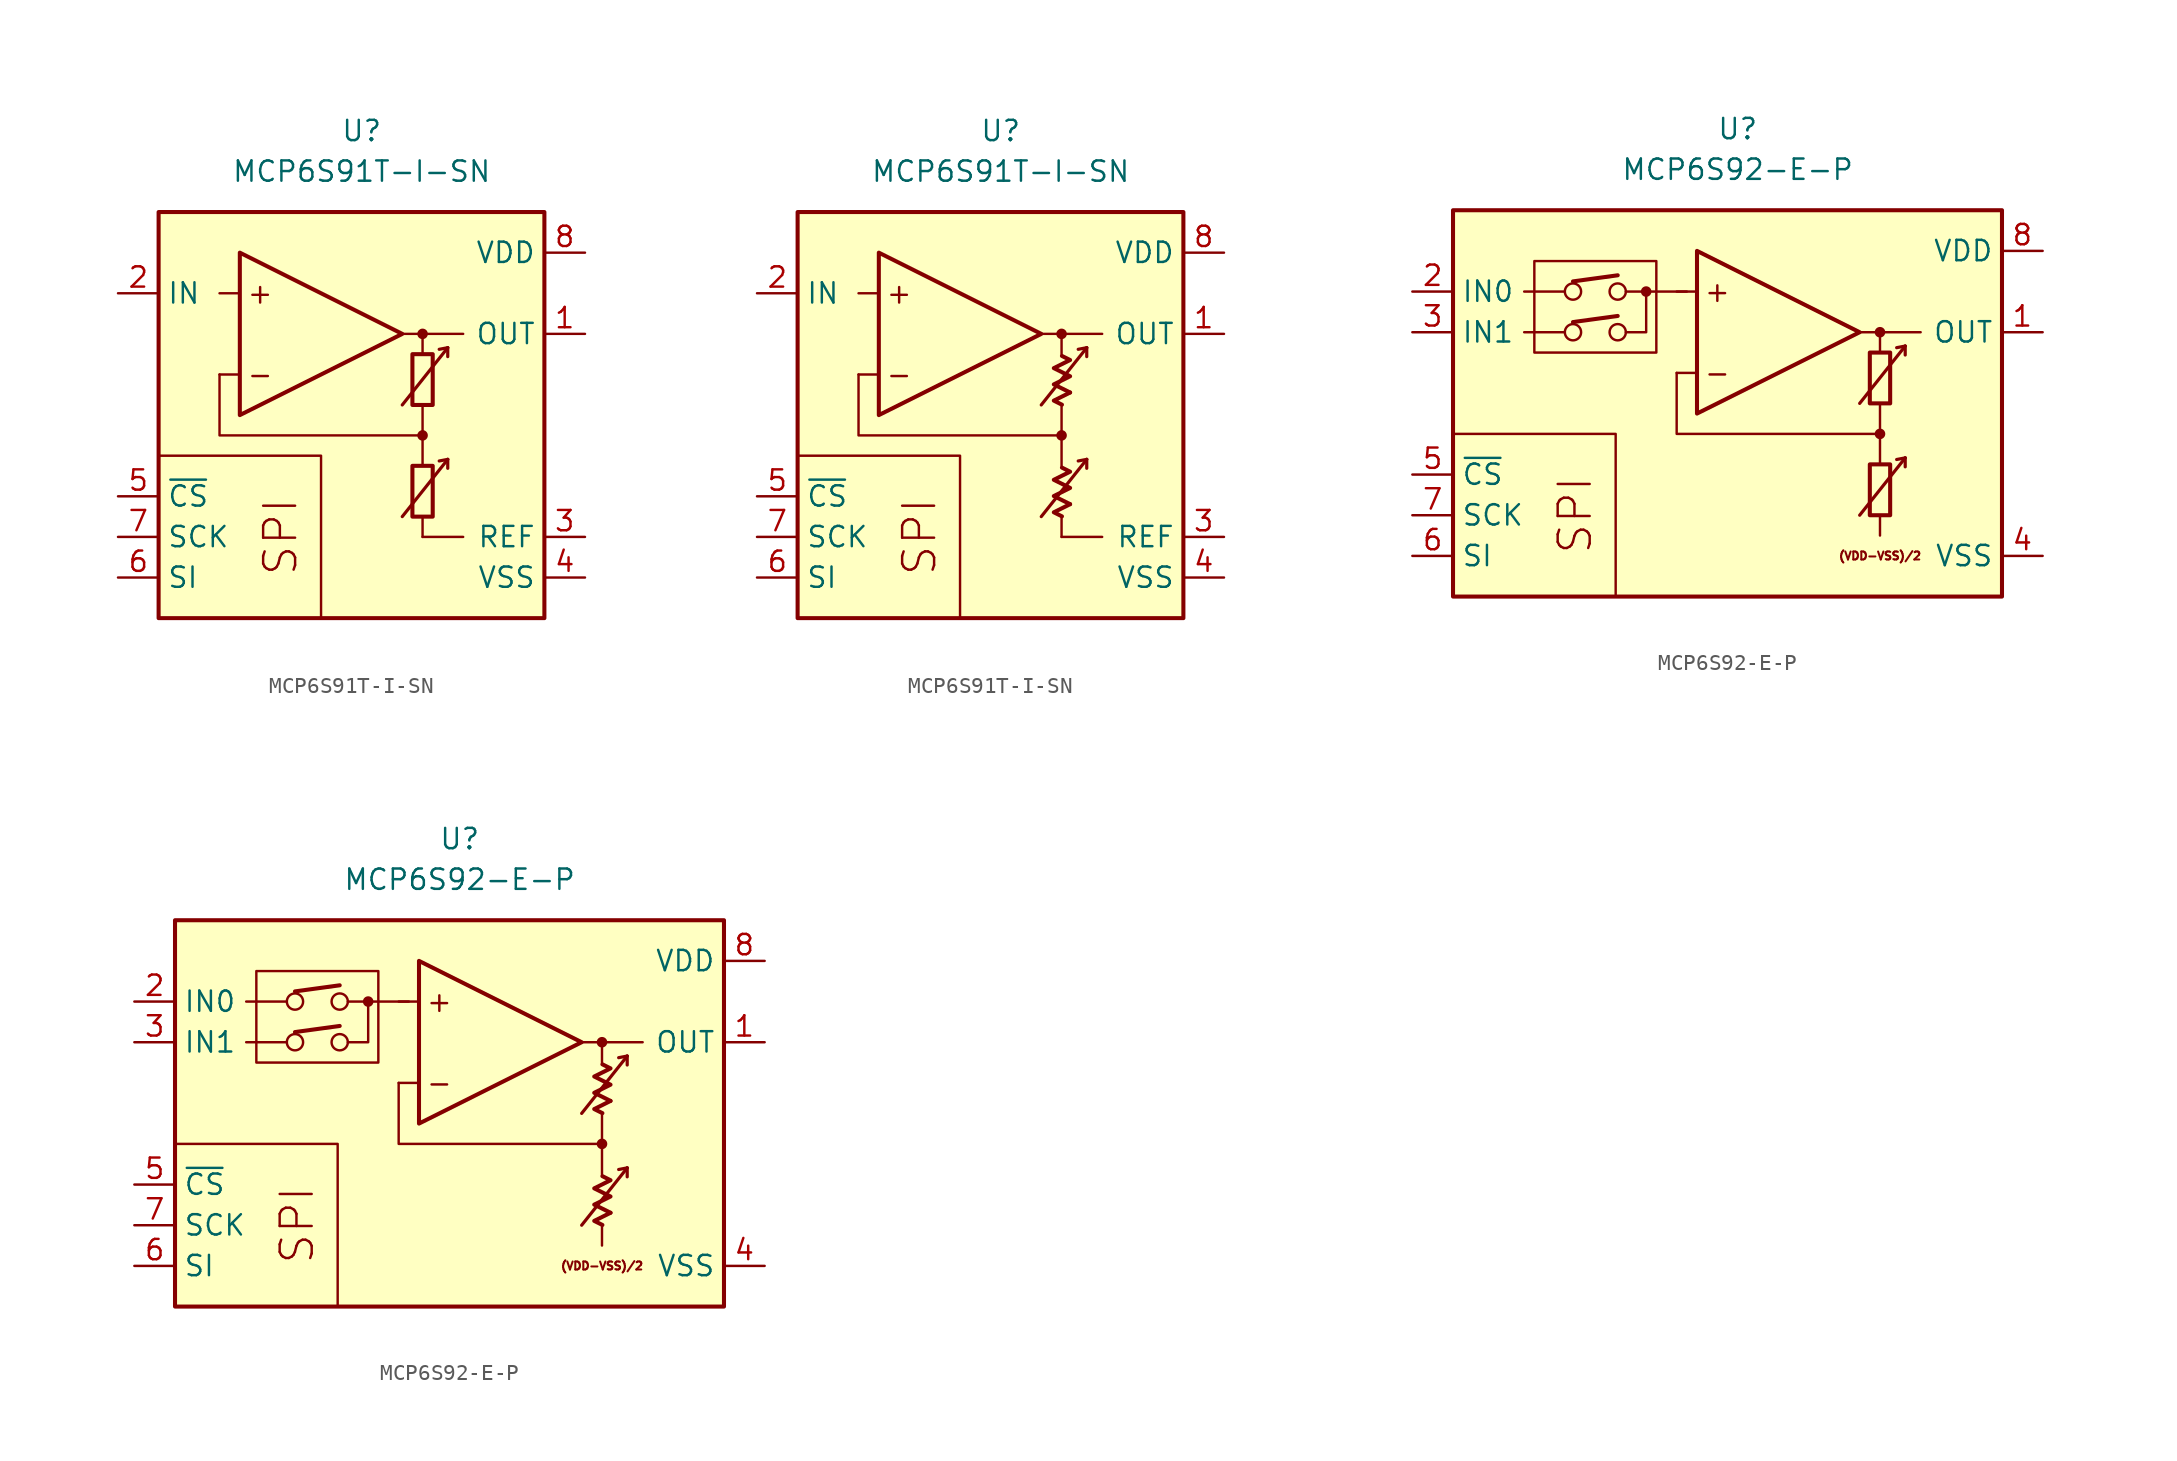
<source format=kicad_sym>
(kicad_symbol_lib
  (version 20231120)
  (generator "kicad_symbol_editor")
  (generator_version "8.0")
  (symbol "MCP6S91T-I-SN"
    (property "Reference" "U"
      (at 0 17.78 0)
      (effects (font (size 1.27 1.27))))
    (property "Value" "MCP6S91T-I-SN"
      (at 0 15.24 0)
      (effects (font (size 1.27 1.27))))
    (symbol "MCP6S91T-I-SN_0_0"
      (rectangle (start -12.7 12.7) (end 11.43 -12.7) (stroke (width 0.254) (type default)) (fill (type background)))
      (polyline (pts (xy 3.81 -3.81)) (stroke (width 0.152) (type default)) (fill (type none)))
      (polyline (pts (xy 3.81 -3.81)) (stroke (width 0.152) (type default)) (fill (type none)))
      (polyline (pts (xy 3.81 -3.175)) (stroke (width 0.152) (type default)) (fill (type none)))
      (polyline (pts (xy 3.81 3.175)) (stroke (width 0.152) (type default)) (fill (type none)))
      (polyline (pts (xy 3.81 3.81)) (stroke (width 0.152) (type default)) (fill (type none)))
      (polyline (pts (xy 3.81 3.81)) (stroke (width 0.152) (type default)) (fill (type none)))
      (polyline (pts (xy -7.62 2.54) (xy -8.89 2.54)) (stroke (width 0.152) (type default)) (fill (type none)))
      (polyline (pts (xy -7.62 7.62) (xy -8.89 7.62)) (stroke (width 0.152) (type default)) (fill (type none)))
      (polyline (pts (xy 2.54 5.08) (xy 6.35 5.08)) (stroke (width 0.152) (type default)) (fill (type none)))
      (polyline (pts (xy 3.81 -6.35) (xy 3.81 -7.62)) (stroke (width 0.152) (type default)) (fill (type none)))
      (polyline (pts (xy 3.81 -1.27) (xy 3.81 -3.175)) (stroke (width 0.152) (type default)) (fill (type none)))
      (polyline (pts (xy 3.81 0.635) (xy 3.81 -1.27)) (stroke (width 0.152) (type default)) (fill (type none)))
      (polyline (pts (xy 3.81 5.08) (xy 3.81 3.81)) (stroke (width 0.152) (type default)) (fill (type none)))
      (polyline (pts (xy -2.54 -12.7) (xy -2.54 -2.54) (xy -12.7 -2.54)) (stroke (width 0.152) (type default)) (fill (type none)))
      (polyline (pts (xy 3.81 -1.27) (xy -8.89 -1.27) (xy -8.89 2.54)) (stroke (width 0.152) (type default)) (fill (type none)))
      (circle (center 3.81 -1.27) (radius 0.254) (stroke (width 0.152) (type default)) (fill (type outline)))
      (circle (center 3.81 5.08) (radius 0.254) (stroke (width 0.152) (type default)) (fill (type outline)))
      (text "+" (at -6.35 7.62 0) (effects (font (size 1.27 1.27))))
      (text "-" (at -6.35 2.54 0) (effects (font (size 1.27 1.27))))
      (text "SPI" (at -5.08 -7.62 900) (effects (font (size 2 2)))))
    (symbol "MCP6S91T-I-SN_0_1"
      (rectangle (start 3.175 -3.175) (end 4.445 -6.35) (stroke (width 0.254) (type default)) (fill (type none)))
      (rectangle (start 3.175 3.81) (end 4.445 0.635) (stroke (width 0.254) (type default)) (fill (type none))))
    (symbol "MCP6S91T-I-SN_0_2"
      (polyline (pts (xy 4.343 -5.572) (xy 3.326 -6.08) (xy 3.834 -6.333)) (stroke (width 0.254) (type default)) (fill (type none)))
      (polyline (pts (xy 4.343 1.413) (xy 3.326 0.905) (xy 3.834 0.651)) (stroke (width 0.254) (type default)) (fill (type none)))
      (polyline (pts (xy 3.834 -3.285) (xy 4.343 -3.539) (xy 3.326 -4.048) (xy 4.343 -4.556) (xy 3.326 -5.064) (xy 4.343 -5.572)) (stroke (width 0.254) (type default)) (fill (type none)))
      (polyline (pts (xy 3.834 3.7) (xy 4.343 3.446) (xy 3.326 2.938) (xy 4.343 2.429) (xy 3.326 1.921) (xy 4.343 1.413)) (stroke (width 0.254) (type default)) (fill (type none))))
    (symbol "MCP6S91T-I-SN_1_0"
      (polyline (pts (xy 3.81 -7.62) (xy 6.35 -7.62)) (stroke (width 0) (type default)) (fill (type none)))
      (polyline (pts (xy 5.385 -2.769) (xy 4.851 -2.87)) (stroke (width 0.2) (type default)) (fill (type none)))
      (polyline (pts (xy 5.385 -2.769) (xy 5.385 -3.327)) (stroke (width 0.2) (type default)) (fill (type none)))
      (polyline (pts (xy 5.385 4.216) (xy 4.851 4.115)) (stroke (width 0.2) (type default)) (fill (type none)))
      (polyline (pts (xy 5.385 4.216) (xy 5.385 3.658)) (stroke (width 0.2) (type default)) (fill (type none)))
      (polyline (pts (xy -7.62 10.16) (xy -7.62 0) (xy 2.54 5.08) (xy -7.62 10.16)) (stroke (width 0.254) (type default)) (fill (type background)))
      (polyline (pts (xy 2.54 -6.35) (xy 5.385 -2.769) (xy 5.385 -2.769) (xy 5.385 -2.769)) (stroke (width 0.2) (type default)) (fill (type none)))
      (polyline (pts (xy 2.54 0.635) (xy 5.385 4.216) (xy 5.385 4.216) (xy 5.385 4.216)) (stroke (width 0.2) (type default)) (fill (type none))))
    (symbol "MCP6S91T-I-SN_1_1"
      (pin output line (at 13.97 5.08 180) (length 2.54) (name "OUT" (effects (font (size 1.27 1.27)))) (number "1" (effects (font (size 1.27 1.27)))))
      (pin input line (at -15.24 7.62 0) (length 2.54) (name "IN" (effects (font (size 1.27 1.27)))) (number "2" (effects (font (size 1.27 1.27)))))
      (pin passive line (at 13.97 -7.62 180) (length 2.54) (name "REF" (effects (font (size 1.27 1.27)))) (number "3" (effects (font (size 1.27 1.27)))))
      (pin power_in line (at 13.97 -10.16 180) (length 2.54) (name "VSS" (effects (font (size 1.27 1.27)))) (number "4" (effects (font (size 1.27 1.27)))))
      (pin input line (at -15.24 -5.08 0) (length 2.54) (name "~{CS}" (effects (font (size 1.27 1.27)))) (number "5" (effects (font (size 1.27 1.27)))))
      (pin input line (at -15.24 -10.16 0) (length 2.54) (name "SI" (effects (font (size 1.27 1.27)))) (number "6" (effects (font (size 1.27 1.27)))))
      (pin input line (at -15.24 -7.62 0) (length 2.54) (name "SCK" (effects (font (size 1.27 1.27)))) (number "7" (effects (font (size 1.27 1.27)))))
      (pin power_in line (at 13.97 10.16 180) (length 2.54) (name "VDD" (effects (font (size 1.27 1.27)))) (number "8" (effects (font (size 1.27 1.27))))))
    (symbol "MCP6S91T-I-SN_1_2"
      (pin output line (at 13.97 5.08 180) (length 2.54) (name "OUT" (effects (font (size 1.27 1.27)))) (number "1" (effects (font (size 1.27 1.27)))))
      (pin input line (at -15.24 7.62 0) (length 2.54) (name "IN" (effects (font (size 1.27 1.27)))) (number "2" (effects (font (size 1.27 1.27)))))
      (pin passive line (at 13.97 -7.62 180) (length 2.54) (name "REF" (effects (font (size 1.27 1.27)))) (number "3" (effects (font (size 1.27 1.27)))))
      (pin power_in line (at 13.97 -10.16 180) (length 2.54) (name "VSS" (effects (font (size 1.27 1.27)))) (number "4" (effects (font (size 1.27 1.27)))))
      (pin input line (at -15.24 -5.08 0) (length 2.54) (name "~{CS}" (effects (font (size 1.27 1.27)))) (number "5" (effects (font (size 1.27 1.27)))))
      (pin input line (at -15.24 -10.16 0) (length 2.54) (name "SI" (effects (font (size 1.27 1.27)))) (number "6" (effects (font (size 1.27 1.27)))))
      (pin input line (at -15.24 -7.62 0) (length 2.54) (name "SCK" (effects (font (size 1.27 1.27)))) (number "7" (effects (font (size 1.27 1.27)))))
      (pin power_in line (at 13.97 10.16 180) (length 2.54) (name "VDD" (effects (font (size 1.27 1.27)))) (number "8" (effects (font (size 1.27 1.27)))))))
  (symbol "MCP6S92-E-P"
    (property "Reference" "U"
      (at 0 17.78 0)
      (effects (font (size 1.27 1.27))))
    (property "Value" "MCP6S92-E-P"
      (at 0 15.24 0)
      (effects (font (size 1.27 1.27))))
    (symbol "MCP6S92-E-P_0_0"
      (rectangle (start -17.78 12.7) (end 16.51 -11.43) (stroke (width 0.254) (type default)) (fill (type background)))
      (rectangle (start -12.7 9.525) (end -5.08 3.81) (stroke (width 0.152) (type default)) (fill (type none)))
      (circle (center -10.287 5.08) (radius 0.508) (stroke (width 0) (type default)) (fill (type none)))
      (circle (center -10.287 7.62) (radius 0.508) (stroke (width 0) (type default)) (fill (type none)))
      (circle (center -7.493 5.08) (radius 0.508) (stroke (width 0) (type default)) (fill (type none)))
      (circle (center -7.493 7.62) (radius 0.508) (stroke (width 0) (type default)) (fill (type none)))
      (circle (center -5.715 7.62) (radius 0.254) (stroke (width 0.152) (type default)) (fill (type outline)))
      (polyline (pts (xy 8.89 -3.81)) (stroke (width 0.152) (type default)) (fill (type none)))
      (polyline (pts (xy 8.89 -3.81)) (stroke (width 0.152) (type default)) (fill (type none)))
      (polyline (pts (xy 8.89 -3.175)) (stroke (width 0.152) (type default)) (fill (type none)))
      (polyline (pts (xy 8.89 3.175)) (stroke (width 0.152) (type default)) (fill (type none)))
      (polyline (pts (xy 8.89 3.81)) (stroke (width 0.152) (type default)) (fill (type none)))
      (polyline (pts (xy 8.89 3.81)) (stroke (width 0.152) (type default)) (fill (type none)))
      (polyline (pts (xy -10.795 5.08) (xy -13.335 5.08)) (stroke (width 0.152) (type default)) (fill (type none)))
      (polyline (pts (xy -10.795 7.62) (xy -13.335 7.62)) (stroke (width 0.152) (type default)) (fill (type none)))
      (polyline (pts (xy -10.287 5.715) (xy -7.493 6.096)) (stroke (width 0.254) (type default)) (fill (type none)))
      (polyline (pts (xy -10.287 8.255) (xy -7.493 8.636)) (stroke (width 0.254) (type default)) (fill (type none)))
      (polyline (pts (xy -3.175 7.62) (xy -6.985 7.62)) (stroke (width 0.152) (type default)) (fill (type none)))
      (polyline (pts (xy -2.54 2.54) (xy -3.81 2.54)) (stroke (width 0.152) (type default)) (fill (type none)))
      (polyline (pts (xy -2.54 7.62) (xy -3.81 7.62)) (stroke (width 0.152) (type default)) (fill (type none)))
      (polyline (pts (xy 7.62 5.08) (xy 11.43 5.08)) (stroke (width 0.152) (type default)) (fill (type none)))
      (polyline (pts (xy 8.89 -6.35) (xy 8.89 -7.62)) (stroke (width 0.152) (type default)) (fill (type none)))
      (polyline (pts (xy 8.89 -1.27) (xy 8.89 -3.175)) (stroke (width 0.152) (type default)) (fill (type none)))
      (polyline (pts (xy 8.89 0.635) (xy 8.89 -1.27)) (stroke (width 0.152) (type default)) (fill (type none)))
      (polyline (pts (xy 8.89 5.08) (xy 8.89 3.81)) (stroke (width 0.152) (type default)) (fill (type none)))
      (polyline (pts (xy -7.62 -11.43) (xy -7.62 -1.27) (xy -17.78 -1.27)) (stroke (width 0.152) (type default)) (fill (type none)))
      (polyline (pts (xy -6.985 5.08) (xy -5.715 5.08) (xy -5.715 7.62)) (stroke (width 0.152) (type default)) (fill (type none)))
      (polyline (pts (xy 8.89 -1.27) (xy -3.81 -1.27) (xy -3.81 2.54)) (stroke (width 0.152) (type default)) (fill (type none)))
      (circle (center 8.89 -1.27) (radius 0.254) (stroke (width 0.152) (type default)) (fill (type outline)))
      (circle (center 8.89 5.08) (radius 0.254) (stroke (width 0.152) (type default)) (fill (type outline)))
      (text "(VDD-VSS)/2" (at 8.89 -8.89 0) (effects (font (size 0.5 0.5))))
      (text "+" (at -1.27 7.62 0) (effects (font (size 1.27 1.27))))
      (text "-" (at -1.27 2.54 0) (effects (font (size 1.27 1.27))))
      (text "SPI" (at -10.16 -6.35 900) (effects (font (size 2 2)))))
    (symbol "MCP6S92-E-P_0_1"
      (rectangle (start 8.255 -3.175) (end 9.525 -6.35) (stroke (width 0.254) (type default)) (fill (type none)))
      (rectangle (start 8.255 3.81) (end 9.525 0.635) (stroke (width 0.254) (type default)) (fill (type none))))
    (symbol "MCP6S92-E-P_0_2"
      (polyline (pts (xy 9.422 -5.572) (xy 8.406 -6.08) (xy 8.915 -6.333)) (stroke (width 0.254) (type default)) (fill (type none)))
      (polyline (pts (xy 9.422 1.413) (xy 8.406 0.905) (xy 8.915 0.651)) (stroke (width 0.254) (type default)) (fill (type none)))
      (polyline (pts (xy 8.915 -3.285) (xy 9.422 -3.539) (xy 8.406 -4.048) (xy 9.422 -4.556) (xy 8.406 -5.064) (xy 9.422 -5.572)) (stroke (width 0.254) (type default)) (fill (type none)))
      (polyline (pts (xy 8.915 3.7) (xy 9.422 3.446) (xy 8.406 2.938) (xy 9.422 2.429) (xy 8.406 1.921) (xy 9.422 1.413)) (stroke (width 0.254) (type default)) (fill (type none))))
    (symbol "MCP6S92-E-P_1_0"
      (polyline (pts (xy 10.465 -2.769) (xy 9.931 -2.87)) (stroke (width 0.2) (type default)) (fill (type none)))
      (polyline (pts (xy 10.465 -2.769) (xy 10.465 -3.327)) (stroke (width 0.2) (type default)) (fill (type none)))
      (polyline (pts (xy 10.465 4.216) (xy 9.931 4.115)) (stroke (width 0.2) (type default)) (fill (type none)))
      (polyline (pts (xy 10.465 4.216) (xy 10.465 3.658)) (stroke (width 0.2) (type default)) (fill (type none)))
      (polyline (pts (xy -2.54 10.16) (xy -2.54 0) (xy 7.62 5.08) (xy -2.54 10.16)) (stroke (width 0.254) (type default)) (fill (type background)))
      (polyline (pts (xy 7.62 -6.35) (xy 10.465 -2.769) (xy 10.465 -2.769) (xy 10.465 -2.769)) (stroke (width 0.2) (type default)) (fill (type none)))
      (polyline (pts (xy 7.62 0.635) (xy 10.465 4.216) (xy 10.465 4.216) (xy 10.465 4.216)) (stroke (width 0.2) (type default)) (fill (type none))))
    (symbol "MCP6S92-E-P_1_1"
      (pin output line (at 19.05 5.08 180) (length 2.54) (name "OUT" (effects (font (size 1.27 1.27)))) (number "1" (effects (font (size 1.27 1.27)))))
      (pin input line (at -20.32 7.62 0) (length 2.54) (name "IN0" (effects (font (size 1.27 1.27)))) (number "2" (effects (font (size 1.27 1.27)))))
      (pin input line (at -20.32 5.08 0) (length 2.54) (name "IN1" (effects (font (size 1.27 1.27)))) (number "3" (effects (font (size 1.27 1.27)))))
      (pin power_in line (at 19.05 -8.89 180) (length 2.54) (name "VSS" (effects (font (size 1.27 1.27)))) (number "4" (effects (font (size 1.27 1.27)))))
      (pin input line (at -20.32 -3.81 0) (length 2.54) (name "~{CS}" (effects (font (size 1.27 1.27)))) (number "5" (effects (font (size 1.27 1.27)))))
      (pin input line (at -20.32 -8.89 0) (length 2.54) (name "SI" (effects (font (size 1.27 1.27)))) (number "6" (effects (font (size 1.27 1.27)))))
      (pin input line (at -20.32 -6.35 0) (length 2.54) (name "SCK" (effects (font (size 1.27 1.27)))) (number "7" (effects (font (size 1.27 1.27)))))
      (pin power_in line (at 19.05 10.16 180) (length 2.54) (name "VDD" (effects (font (size 1.27 1.27)))) (number "8" (effects (font (size 1.27 1.27))))))
    (symbol "MCP6S92-E-P_1_2"
      (pin output line (at 19.05 5.08 180) (length 2.54) (name "OUT" (effects (font (size 1.27 1.27)))) (number "1" (effects (font (size 1.27 1.27)))))
      (pin input line (at -20.32 7.62 0) (length 2.54) (name "IN0" (effects (font (size 1.27 1.27)))) (number "2" (effects (font (size 1.27 1.27)))))
      (pin input line (at -20.32 5.08 0) (length 2.54) (name "IN1" (effects (font (size 1.27 1.27)))) (number "3" (effects (font (size 1.27 1.27)))))
      (pin power_in line (at 19.05 -8.89 180) (length 2.54) (name "VSS" (effects (font (size 1.27 1.27)))) (number "4" (effects (font (size 1.27 1.27)))))
      (pin input line (at -20.32 -3.81 0) (length 2.54) (name "~{CS}" (effects (font (size 1.27 1.27)))) (number "5" (effects (font (size 1.27 1.27)))))
      (pin input line (at -20.32 -8.89 0) (length 2.54) (name "SI" (effects (font (size 1.27 1.27)))) (number "6" (effects (font (size 1.27 1.27)))))
      (pin input line (at -20.32 -6.35 0) (length 2.54) (name "SCK" (effects (font (size 1.27 1.27)))) (number "7" (effects (font (size 1.27 1.27)))))
      (pin power_in line (at 19.05 10.16 180) (length 2.54) (name "VDD" (effects (font (size 1.27 1.27)))) (number "8" (effects (font (size 1.27 1.27))))))))
</source>
